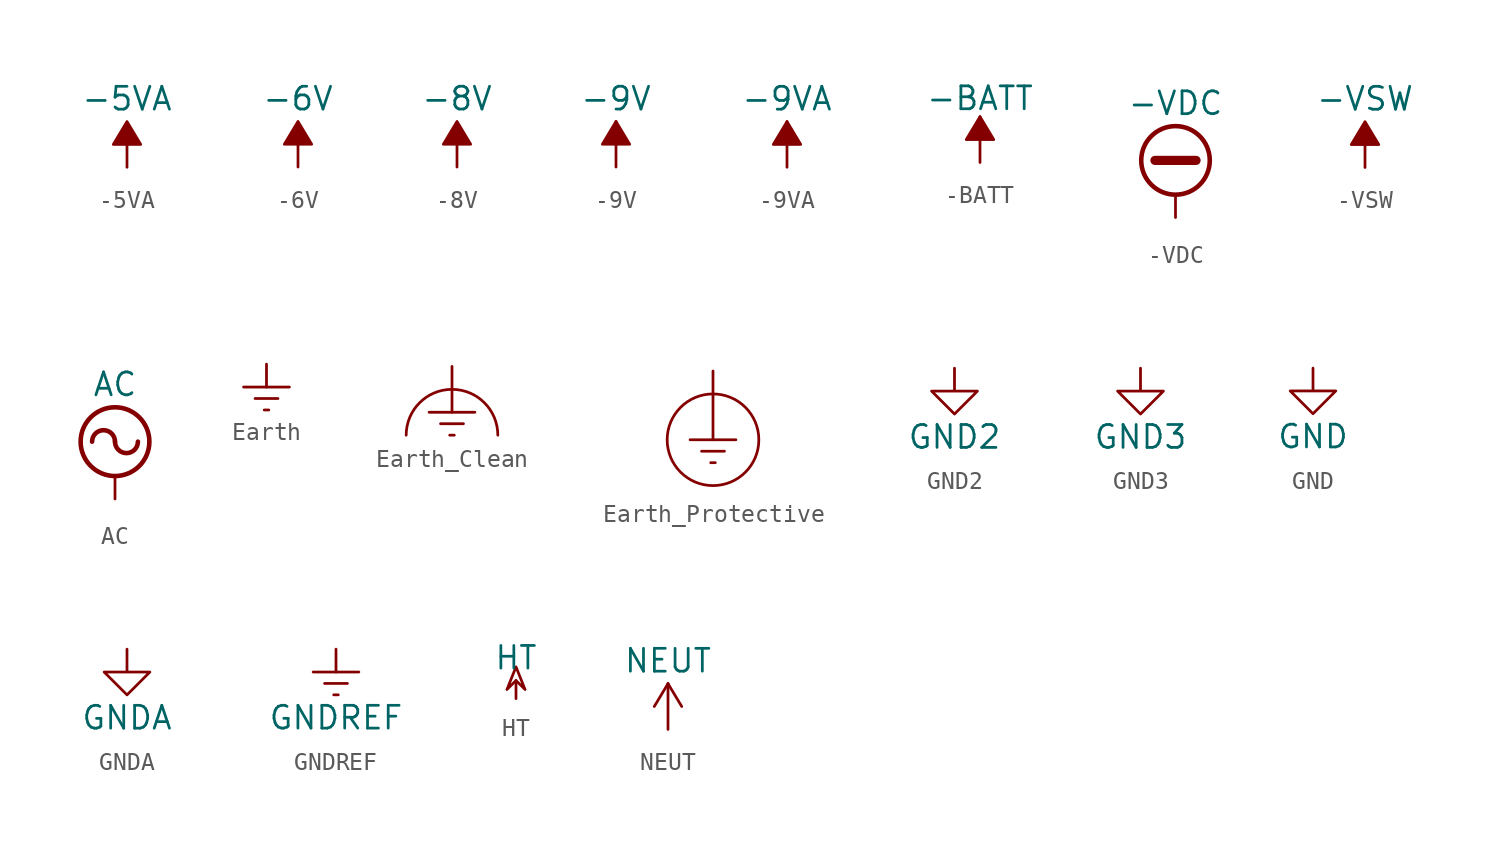
<source format=kicad_sym>
(kicad_symbol_lib
  (version 20220914)
  (generator kicad_symbol_editor)
  (symbol "-5VA"
    (power)
    (pin_names
      (offset 0))
    (property "Reference" "#PWR"
      (at 0 2.54 0)
      (effects (font (size 1.27 1.27)) hide))
    (property "Value" "-5VA"
      (at 0 3.81 0)
      (effects (font (size 1.27 1.27))))
    (symbol "-5VA_0_0"
      (pin power_in line (at 0 0 90) (length 0) hide (name "-5VA" (effects (font (size 1.27 1.27)))) (number "1" (effects (font (size 1.27 1.27))))))
    (symbol "-5VA_0_1"
      (polyline (pts (xy 0 0) (xy 0 1.27) (xy 0.762 1.27) (xy 0 2.54) (xy -0.762 1.27) (xy 0 1.27)) (stroke (width 0) (type default)) (fill (type outline)))))
  (symbol "-6V"
    (power)
    (pin_names
      (offset 0))
    (property "Reference" "#PWR"
      (at 0 2.54 0)
      (effects (font (size 1.27 1.27)) hide))
    (property "Value" "-6V"
      (at 0 3.81 0)
      (effects (font (size 1.27 1.27))))
    (symbol "-6V_0_0"
      (pin power_in line (at 0 0 90) (length 0) hide (name "-6V" (effects (font (size 1.27 1.27)))) (number "1" (effects (font (size 1.27 1.27))))))
    (symbol "-6V_0_1"
      (polyline (pts (xy 0 0) (xy 0 1.27) (xy 0.762 1.27) (xy 0 2.54) (xy -0.762 1.27) (xy 0 1.27)) (stroke (width 0) (type default)) (fill (type outline)))))
  (symbol "-8V"
    (power)
    (pin_names
      (offset 0))
    (property "Reference" "#PWR"
      (at 0 2.54 0)
      (effects (font (size 1.27 1.27)) hide))
    (property "Value" "-8V"
      (at 0 3.81 0)
      (effects (font (size 1.27 1.27))))
    (symbol "-8V_0_0"
      (pin power_in line (at 0 0 90) (length 0) hide (name "-8V" (effects (font (size 1.27 1.27)))) (number "1" (effects (font (size 1.27 1.27))))))
    (symbol "-8V_0_1"
      (polyline (pts (xy 0 0) (xy 0 1.27) (xy 0.762 1.27) (xy 0 2.54) (xy -0.762 1.27) (xy 0 1.27)) (stroke (width 0) (type default)) (fill (type outline)))))
  (symbol "-9V"
    (power)
    (pin_names
      (offset 0))
    (property "Reference" "#PWR"
      (at 0 -3.175 0)
      (effects (font (size 1.27 1.27)) hide))
    (property "Value" "-9V"
      (at 0 3.81 0)
      (effects (font (size 1.27 1.27))))
    (symbol "-9V_0_1"
      (polyline (pts (xy 0 0) (xy 0 2.54)) (stroke (width 0) (type default)) (fill (type none)))
      (polyline (pts (xy 0.762 1.27) (xy -0.762 1.27) (xy 0 2.54) (xy 0.762 1.27)) (stroke (width 0) (type default)) (fill (type outline))))
    (symbol "-9V_1_1"
      (pin power_in line (at 0 0 90) (length 0) hide (name "-9V" (effects (font (size 1.27 1.27)))) (number "1" (effects (font (size 1.27 1.27)))))))
  (symbol "-9VA"
    (power)
    (pin_names
      (offset 0))
    (property "Reference" "#PWR"
      (at 0 -3.175 0)
      (effects (font (size 1.27 1.27)) hide))
    (property "Value" "-9VA"
      (at 0 3.81 0)
      (effects (font (size 1.27 1.27))))
    (symbol "-9VA_0_1"
      (polyline (pts (xy 0 0) (xy 0 2.54)) (stroke (width 0) (type default)) (fill (type none)))
      (polyline (pts (xy 0.762 1.27) (xy -0.762 1.27) (xy 0 2.54) (xy 0.762 1.27)) (stroke (width 0) (type default)) (fill (type outline))))
    (symbol "-9VA_1_1"
      (pin power_in line (at 0 0 90) (length 0) hide (name "-9VA" (effects (font (size 1.27 1.27)))) (number "1" (effects (font (size 1.27 1.27)))))))
  (symbol "-BATT"
    (power)
    (pin_names
      (offset 0))
    (property "Reference" "#PWR"
      (at 0 -3.81 0)
      (effects (font (size 1.27 1.27)) hide))
    (property "Value" "-BATT"
      (at 0 3.556 0)
      (effects (font (size 1.27 1.27))))
    (symbol "-BATT_0_1"
      (polyline (pts (xy 0 0) (xy 0 2.54)) (stroke (width 0) (type default)) (fill (type none)))
      (polyline (pts (xy 0.762 1.27) (xy -0.762 1.27) (xy 0 2.54) (xy 0.762 1.27)) (stroke (width 0) (type default)) (fill (type outline))))
    (symbol "-BATT_1_1"
      (pin power_in line (at 0 0 90) (length 0) hide (name "-BATT" (effects (font (size 1.27 1.27)))) (number "1" (effects (font (size 1.27 1.27)))))))
  (symbol "-VDC"
    (power)
    (pin_names
      (offset 0))
    (property "Reference" "#PWR"
      (at 0 -2.54 0)
      (effects (font (size 1.27 1.27)) hide))
    (property "Value" "-VDC"
      (at 0 6.35 0)
      (effects (font (size 1.27 1.27))))
    (symbol "-VDC_0_1"
      (polyline (pts (xy -1.143 3.175) (xy 1.143 3.175)) (stroke (width 0.508) (type default)) (fill (type none)))
      (polyline (pts (xy 0 0) (xy 0 1.27)) (stroke (width 0) (type default)) (fill (type none)))
      (circle (center 0 3.175) (radius 1.905) (stroke (width 0.254) (type default)) (fill (type none))))
    (symbol "-VDC_1_1"
      (pin power_in line (at 0 0 90) (length 0) hide (name "-VDC" (effects (font (size 1.27 1.27)))) (number "1" (effects (font (size 1.27 1.27)))))))
  (symbol "-VSW"
    (power)
    (pin_names
      (offset 0))
    (property "Reference" "#PWR"
      (at 0 2.54 0)
      (effects (font (size 1.27 1.27)) hide))
    (property "Value" "-VSW"
      (at 0 3.81 0)
      (effects (font (size 1.27 1.27))))
    (symbol "-VSW_0_0"
      (pin power_in line (at 0 0 90) (length 0) hide (name "-VSW" (effects (font (size 1.27 1.27)))) (number "1" (effects (font (size 1.27 1.27))))))
    (symbol "-VSW_0_1"
      (polyline (pts (xy 0 0) (xy 0 1.27) (xy 0.762 1.27) (xy 0 2.54) (xy -0.762 1.27) (xy 0 1.27)) (stroke (width 0) (type default)) (fill (type outline)))))
  (symbol "AC"
    (power)
    (pin_names
      (offset 0))
    (property "Reference" "#PWR"
      (at 0 -2.54 0)
      (effects (font (size 1.27 1.27)) hide))
    (property "Value" "AC"
      (at 0 6.35 0)
      (effects (font (size 1.27 1.27))))
    (symbol "AC_0_1"
      (polyline (pts (xy 0 0) (xy 0 1.27)) (stroke (width 0) (type default)) (fill (type none)))
      (arc (start 0 3.175) (mid -0.635 3.8073) (end -1.27 3.175) (stroke (width 0.254) (type default)) (fill (type none)))
      (arc (start 0 3.175) (mid 0.635 2.5427) (end 1.27 3.175) (stroke (width 0.254) (type default)) (fill (type none)))
      (circle (center 0 3.175) (radius 1.905) (stroke (width 0.254) (type default)) (fill (type none))))
    (symbol "AC_1_1"
      (pin power_in line (at 0 0 90) (length 0) hide (name "AC" (effects (font (size 1.27 1.27)))) (number "1" (effects (font (size 1.27 1.27)))))))
  (symbol "Earth"
    (power)
    (pin_names
      (offset 0))
    (property "Reference" "#PWR"
      (at 0 -6.35 0)
      (effects (font (size 1.27 1.27)) hide))
    (symbol "Earth_0_1"
      (polyline (pts (xy -0.635 -1.905) (xy 0.635 -1.905)) (stroke (width 0) (type default)) (fill (type none)))
      (polyline (pts (xy -0.127 -2.54) (xy 0.127 -2.54)) (stroke (width 0) (type default)) (fill (type none)))
      (polyline (pts (xy 0 -1.27) (xy 0 0)) (stroke (width 0) (type default)) (fill (type none)))
      (polyline (pts (xy 1.27 -1.27) (xy -1.27 -1.27)) (stroke (width 0) (type default)) (fill (type none))))
    (symbol "Earth_1_1"
      (pin power_in line (at 0 0 270) (length 0) hide (name "Earth" (effects (font (size 1.27 1.27)))) (number "1" (effects (font (size 1.27 1.27)))))))
  (symbol "Earth_Clean"
    (power)
    (pin_names
      (offset 0))
    (property "Reference" "#PWR"
      (at 6.35 0 0)
      (effects (font (size 1.27 1.27)) hide))
    (symbol "Earth_Clean_0_1"
      (polyline (pts (xy -0.635 -3.175) (xy 0.635 -3.175)) (stroke (width 0) (type default)) (fill (type none)))
      (polyline (pts (xy -0.127 -3.81) (xy 0.127 -3.81)) (stroke (width 0) (type default)) (fill (type none)))
      (polyline (pts (xy 0 -2.54) (xy 0 0)) (stroke (width 0) (type default)) (fill (type none)))
      (polyline (pts (xy 1.27 -2.54) (xy -1.27 -2.54)) (stroke (width 0) (type default)) (fill (type none)))
      (arc (start 2.54 -3.81) (mid 0 -1.281) (end -2.54 -3.81) (stroke (width 0) (type default)) (fill (type none))))
    (symbol "Earth_Clean_1_1"
      (pin power_in line (at 0 0 270) (length 0) hide (name "Earth_Clean" (effects (font (size 1.27 1.27)))) (number "1" (effects (font (size 1.27 1.27)))))))
  (symbol "Earth_Protective"
    (power)
    (pin_names
      (offset 0))
    (property "Reference" "#PWR"
      (at 6.35 -6.35 0)
      (effects (font (size 1.27 1.27)) hide))
    (symbol "Earth_Protective_0_1"
      (circle (center 0 -3.81) (radius 2.54) (stroke (width 0) (type default)) (fill (type none)))
      (polyline (pts (xy -0.635 -4.445) (xy 0.635 -4.445)) (stroke (width 0) (type default)) (fill (type none)))
      (polyline (pts (xy -0.127 -5.08) (xy 0.127 -5.08)) (stroke (width 0) (type default)) (fill (type none)))
      (polyline (pts (xy 0 -3.81) (xy 0 0)) (stroke (width 0) (type default)) (fill (type none)))
      (polyline (pts (xy 1.27 -3.81) (xy -1.27 -3.81)) (stroke (width 0) (type default)) (fill (type none))))
    (symbol "Earth_Protective_1_1"
      (pin power_in line (at 0 0 270) (length 0) hide (name "Earth_Protective" (effects (font (size 1.27 1.27)))) (number "1" (effects (font (size 1.27 1.27)))))))
  (symbol "GND2"
    (power)
    (pin_names
      (offset 0))
    (property "Reference" "#PWR"
      (at 0 -6.35 0)
      (effects (font (size 1.27 1.27)) hide))
    (property "Value" "GND2"
      (at 0 -3.81 0)
      (effects (font (size 1.27 1.27))))
    (symbol "GND2_0_1"
      (polyline (pts (xy 0 0) (xy 0 -1.27) (xy 1.27 -1.27) (xy 0 -2.54) (xy -1.27 -1.27) (xy 0 -1.27)) (stroke (width 0) (type default)) (fill (type none))))
    (symbol "GND2_1_1"
      (pin power_in line (at 0 0 270) (length 0) hide (name "GND2" (effects (font (size 1.27 1.27)))) (number "1" (effects (font (size 1.27 1.27)))))))
  (symbol "GND3"
    (power)
    (pin_names
      (offset 0))
    (property "Reference" "#PWR"
      (at 0 -6.35 0)
      (effects (font (size 1.27 1.27)) hide))
    (property "Value" "GND3"
      (at 0 -3.81 0)
      (effects (font (size 1.27 1.27))))
    (symbol "GND3_0_1"
      (polyline (pts (xy 0 0) (xy 0 -1.27) (xy 1.27 -1.27) (xy 0 -2.54) (xy -1.27 -1.27) (xy 0 -1.27)) (stroke (width 0) (type default)) (fill (type none))))
    (symbol "GND3_1_1"
      (pin power_in line (at 0 0 270) (length 0) hide (name "GND3" (effects (font (size 1.27 1.27)))) (number "1" (effects (font (size 1.27 1.27)))))))
  (symbol "GND"
    (power)
    (pin_names
      (offset 0))
    (property "Reference" "#PWR"
      (at 0 -6.35 0)
      (effects (font (size 1.27 1.27)) hide))
    (property "Value" "GND"
      (at 0 -3.81 0)
      (effects (font (size 1.27 1.27))))
    (symbol "GND_0_1"
      (polyline (pts (xy 0 0) (xy 0 -1.27) (xy 1.27 -1.27) (xy 0 -2.54) (xy -1.27 -1.27) (xy 0 -1.27)) (stroke (width 0) (type default)) (fill (type none))))
    (symbol "GND_1_1"
      (pin power_in line (at 0 0 270) (length 0) hide (name "GND" (effects (font (size 1.27 1.27)))) (number "1" (effects (font (size 1.27 1.27)))))))
  (symbol "GNDA"
    (power)
    (pin_names
      (offset 0))
    (property "Reference" "#PWR"
      (at 0 -6.35 0)
      (effects (font (size 1.27 1.27)) hide))
    (property "Value" "GNDA"
      (at 0 -3.81 0)
      (effects (font (size 1.27 1.27))))
    (symbol "GNDA_0_1"
      (polyline (pts (xy 0 0) (xy 0 -1.27) (xy 1.27 -1.27) (xy 0 -2.54) (xy -1.27 -1.27) (xy 0 -1.27)) (stroke (width 0) (type default)) (fill (type none))))
    (symbol "GNDA_1_1"
      (pin power_in line (at 0 0 270) (length 0) hide (name "GNDA" (effects (font (size 1.27 1.27)))) (number "1" (effects (font (size 1.27 1.27)))))))
  (symbol "GNDREF"
    (power)
    (pin_names
      (offset 0))
    (property "Reference" "#PWR"
      (at 0 -6.35 0)
      (effects (font (size 1.27 1.27)) hide))
    (property "Value" "GNDREF"
      (at 0 -3.81 0)
      (effects (font (size 1.27 1.27))))
    (symbol "GNDREF_0_1"
      (polyline (pts (xy -0.635 -1.905) (xy 0.635 -1.905)) (stroke (width 0) (type default)) (fill (type none)))
      (polyline (pts (xy -0.127 -2.54) (xy 0.127 -2.54)) (stroke (width 0) (type default)) (fill (type none)))
      (polyline (pts (xy 0 -1.27) (xy 0 0)) (stroke (width 0) (type default)) (fill (type none)))
      (polyline (pts (xy 1.27 -1.27) (xy -1.27 -1.27)) (stroke (width 0) (type default)) (fill (type none))))
    (symbol "GNDREF_1_1"
      (pin power_in line (at 0 0 270) (length 0) hide (name "GNDREF" (effects (font (size 1.27 1.27)))) (number "1" (effects (font (size 1.27 1.27)))))))
  (symbol "HT"
    (power)
    (pin_names
      (offset 0))
    (property "Reference" "#PWR"
      (at 0 3.048 0)
      (effects (font (size 1.27 1.27)) hide))
    (property "Value" "HT"
      (at 0 2.286 0)
      (effects (font (size 1.27 1.27))))
    (symbol "HT_0_0"
      (pin power_in line (at 0 0 90) (length 0) hide (name "HT" (effects (font (size 1.27 1.27)))) (number "1" (effects (font (size 1.27 1.27))))))
    (symbol "HT_0_1"
      (polyline (pts (xy 0 0) (xy 0 1.016) (xy 0 1.016)) (stroke (width 0) (type default)) (fill (type none)))
      (polyline (pts (xy 0 1.016) (xy 0.508 0.508) (xy 0 1.778) (xy -0.508 0.508) (xy 0 1.016) (xy 0 1.016)) (stroke (width 0) (type default)) (fill (type none)))))
  (symbol "NEUT"
    (power)
    (pin_names
      (offset 0))
    (property "Reference" "#PWR"
      (at 0 -3.81 0)
      (effects (font (size 1.27 1.27)) hide))
    (property "Value" "NEUT"
      (at 0 3.81 0)
      (effects (font (size 1.27 1.27))))
    (symbol "NEUT_0_1"
      (polyline (pts (xy -0.762 1.27) (xy 0 2.54)) (stroke (width 0) (type default)) (fill (type none)))
      (polyline (pts (xy 0 0) (xy 0 2.54)) (stroke (width 0) (type default)) (fill (type none)))
      (polyline (pts (xy 0 2.54) (xy 0.762 1.27)) (stroke (width 0) (type default)) (fill (type none))))
    (symbol "NEUT_1_1"
      (pin power_in line (at 0 0 90) (length 0) hide (name "NEUT" (effects (font (size 1.27 1.27)))) (number "1" (effects (font (size 1.27 1.27))))))))
</source>
